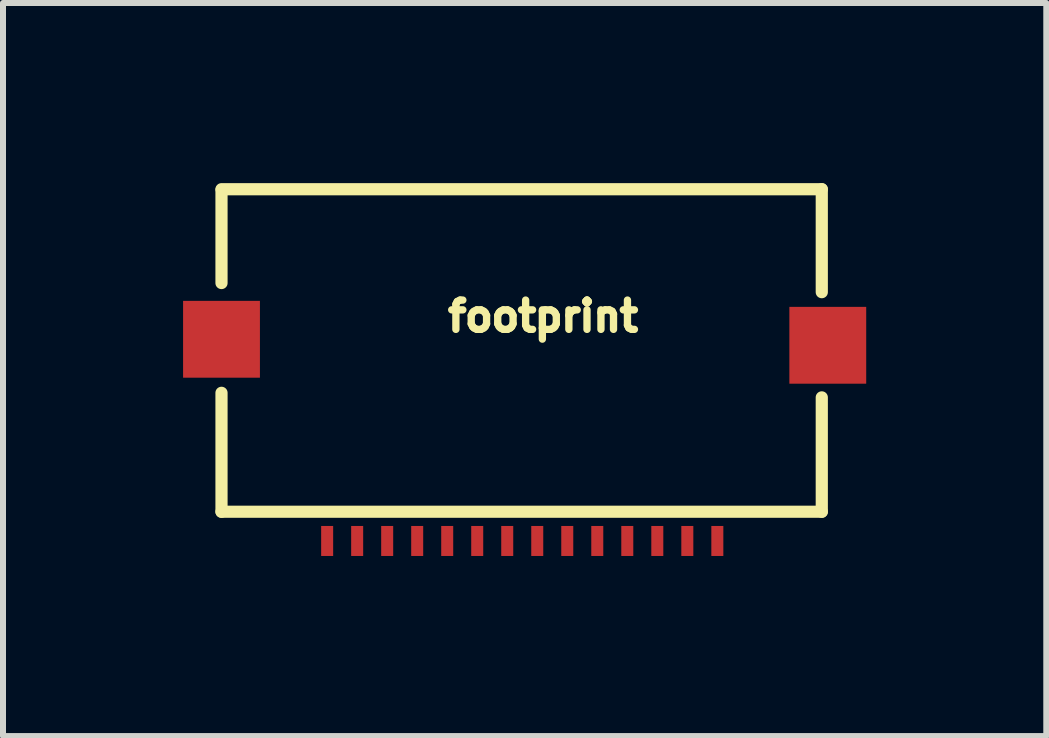
<source format=kicad_pcb>
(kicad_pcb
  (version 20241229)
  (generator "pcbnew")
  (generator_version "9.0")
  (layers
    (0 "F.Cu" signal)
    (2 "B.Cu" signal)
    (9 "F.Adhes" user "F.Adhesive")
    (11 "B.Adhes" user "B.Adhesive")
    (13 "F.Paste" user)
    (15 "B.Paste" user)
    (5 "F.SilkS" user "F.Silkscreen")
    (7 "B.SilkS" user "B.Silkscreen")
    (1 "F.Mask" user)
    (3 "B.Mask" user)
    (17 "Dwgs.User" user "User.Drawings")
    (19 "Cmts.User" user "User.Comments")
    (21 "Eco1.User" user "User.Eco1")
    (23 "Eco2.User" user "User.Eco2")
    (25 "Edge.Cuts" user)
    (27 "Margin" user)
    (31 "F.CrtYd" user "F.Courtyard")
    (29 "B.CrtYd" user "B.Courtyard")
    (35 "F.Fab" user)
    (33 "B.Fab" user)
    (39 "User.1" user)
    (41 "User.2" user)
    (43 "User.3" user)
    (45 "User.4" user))
  (footprint "footprint"
    (layer "F.Cu")
    (at 0.64 5.602)
    (property "Reference" "footprint" (at 3.708 -3.099 0) (layer "F.SilkS") (effects (font (size 0.488 0.488) (thickness 0.122)) (justify left bottom)))
    (fp_line (start 0 -5.486) (end 0 -3.937) (stroke (width 0.203) (type solid)) (layer "F.SilkS"))
    (fp_line (start 0 -2.108) (end 0 -0.127) (stroke (width 0.203) (type solid)) (layer "F.SilkS"))
    (fp_line (start 0 -0.127) (end 10 -0.127) (stroke (width 0.203) (type solid)) (layer "F.SilkS"))
    (fp_line (start 10 -5.5) (end 0 -5.5) (stroke (width 0.203) (type solid)) (layer "F.SilkS"))
    (fp_line (start 10 -3.785) (end 10 -5.5) (stroke (width 0.203) (type solid)) (layer "F.SilkS"))
    (fp_line (start 10 -0.127) (end 10 -2.032) (stroke (width 0.203) (type solid)) (layer "F.SilkS"))
    (pad "1" smd rect (at 1.76 0.36 180) (size 0.2 0.5) (layers "F.Cu" "F.Mask" "F.Paste"))
    (pad "2" smd rect (at 2.26 0.36 180) (size 0.2 0.5) (layers "F.Cu" "F.Mask" "F.Paste"))
    (pad "3" smd rect (at 2.76 0.36 180) (size 0.2 0.5) (layers "F.Cu" "F.Mask" "F.Paste"))
    (pad "4" smd rect (at 3.26 0.36 180) (size 0.2 0.5) (layers "F.Cu" "F.Mask" "F.Paste"))
    (pad "5" smd rect (at 3.76 0.36 180) (size 0.2 0.5) (layers "F.Cu" "F.Mask" "F.Paste"))
    (pad "6" smd rect (at 4.26 0.36 180) (size 0.2 0.5) (layers "F.Cu" "F.Mask" "F.Paste"))
    (pad "7" smd rect (at 4.76 0.36 180) (size 0.2 0.5) (layers "F.Cu" "F.Mask" "F.Paste"))
    (pad "8" smd rect (at 5.26 0.36 180) (size 0.2 0.5) (layers "F.Cu" "F.Mask" "F.Paste"))
    (pad "9" smd rect (at 5.76 0.36 180) (size 0.2 0.5) (layers "F.Cu" "F.Mask" "F.Paste"))
    (pad "10" smd rect (at 6.26 0.36 180) (size 0.2 0.5) (layers "F.Cu" "F.Mask" "F.Paste"))
    (pad "11" smd rect (at 6.76 0.36 180) (size 0.2 0.5) (layers "F.Cu" "F.Mask" "F.Paste"))
    (pad "12" smd rect (at 7.26 0.36 180) (size 0.2 0.5) (layers "F.Cu" "F.Mask" "F.Paste"))
    (pad "13" smd rect (at 7.76 0.36 180) (size 0.2 0.5) (layers "F.Cu" "F.Mask" "F.Paste"))
    (pad "14" smd rect (at 8.26 0.36 180) (size 0.2 0.5) (layers "F.Cu" "F.Mask" "F.Paste"))
    (pad "P$15" smd rect (at 0 -3) (size 1.28 1.28) (layers "F.Cu" "F.Mask" "F.Paste"))
    (pad "P$16" smd rect (at 10.1 -2.9) (size 1.28 1.28) (layers "F.Cu" "F.Mask" "F.Paste")))
  (gr_rect
    (start -3 -3)
    (end 14.38 9.212)
    (stroke (width 0.1) (type default))
    (fill no)
    (layer "Edge.Cuts")))
</source>
